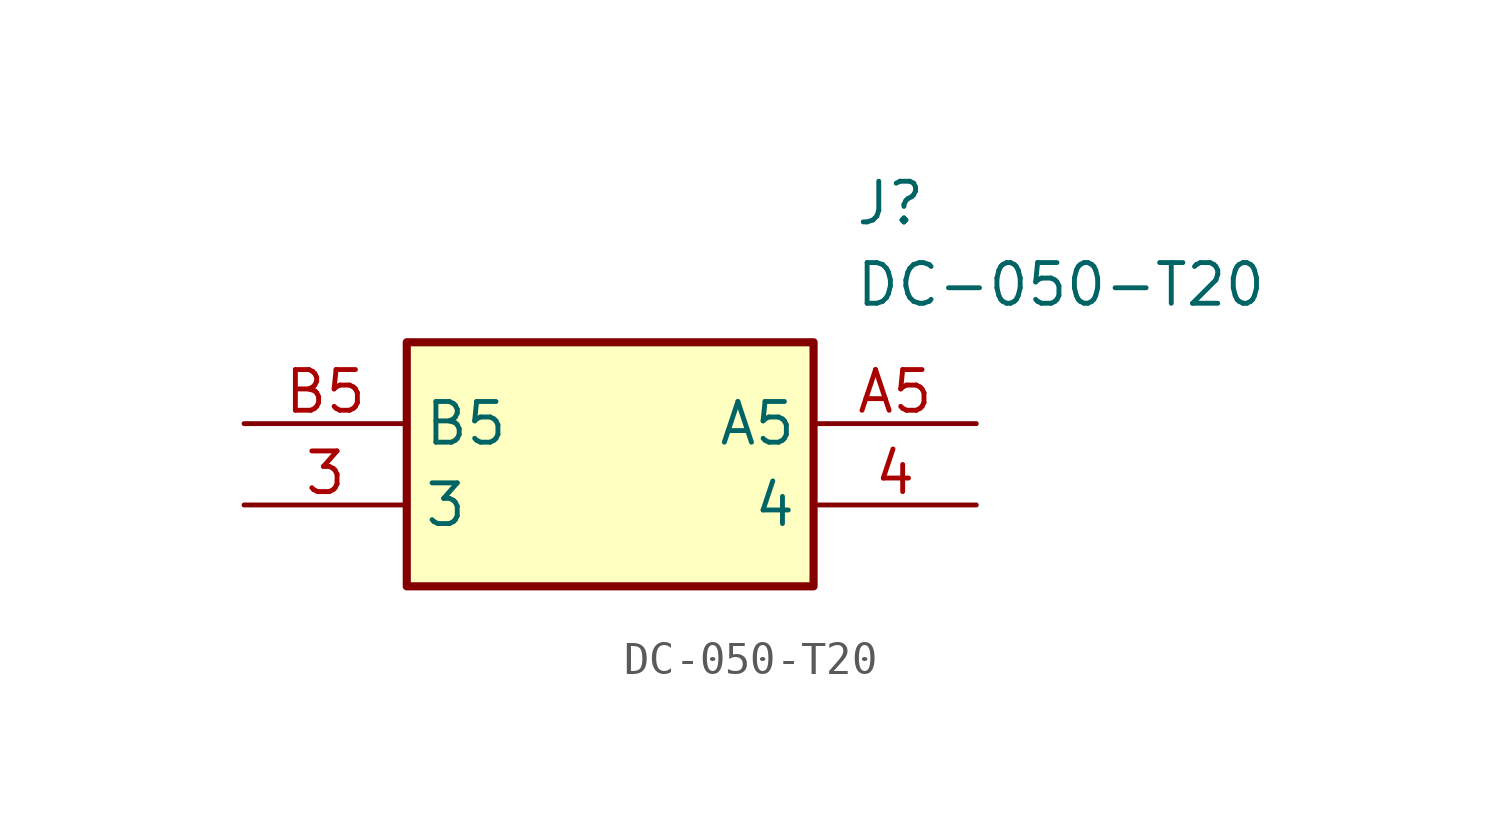
<source format=kicad_sym>
(kicad_symbol_lib
  (version 20211014)
  (generator SamacSys_ECAD_Model)
  (symbol "DC-050-T20"
    (property "Reference" "J"
      (at 19.05 7.62 0)
      (effects (font (size 1.27 1.27)) (justify left top)))
    (property "Value" "DC-050-T20"
      (at 19.05 5.08 0)
      (effects (font (size 1.27 1.27)) (justify left top)))
    (rectangle
      (start 5.08 2.54)
      (end 17.78 -5.08)
      (stroke (width 0.254) (type default))
      (fill (type background)))
    (pin passive line
      (at 0 -2.54 0)
      (length 5.08)
      (name "3" (effects (font (size 1.27 1.27))))
      (number "3" (effects (font (size 1.27 1.27)))))
    (pin passive line
      (at 22.86 -2.54 180)
      (length 5.08)
      (name "4" (effects (font (size 1.27 1.27))))
      (number "4" (effects (font (size 1.27 1.27)))))
    (pin passive line
      (at 22.86 0 180)
      (length 5.08)
      (name "A5" (effects (font (size 1.27 1.27))))
      (number "A5" (effects (font (size 1.27 1.27)))))
    (pin passive line
      (at 0 0 0)
      (length 5.08)
      (name "B5" (effects (font (size 1.27 1.27))))
      (number "B5" (effects (font (size 1.27 1.27)))))))
</source>
